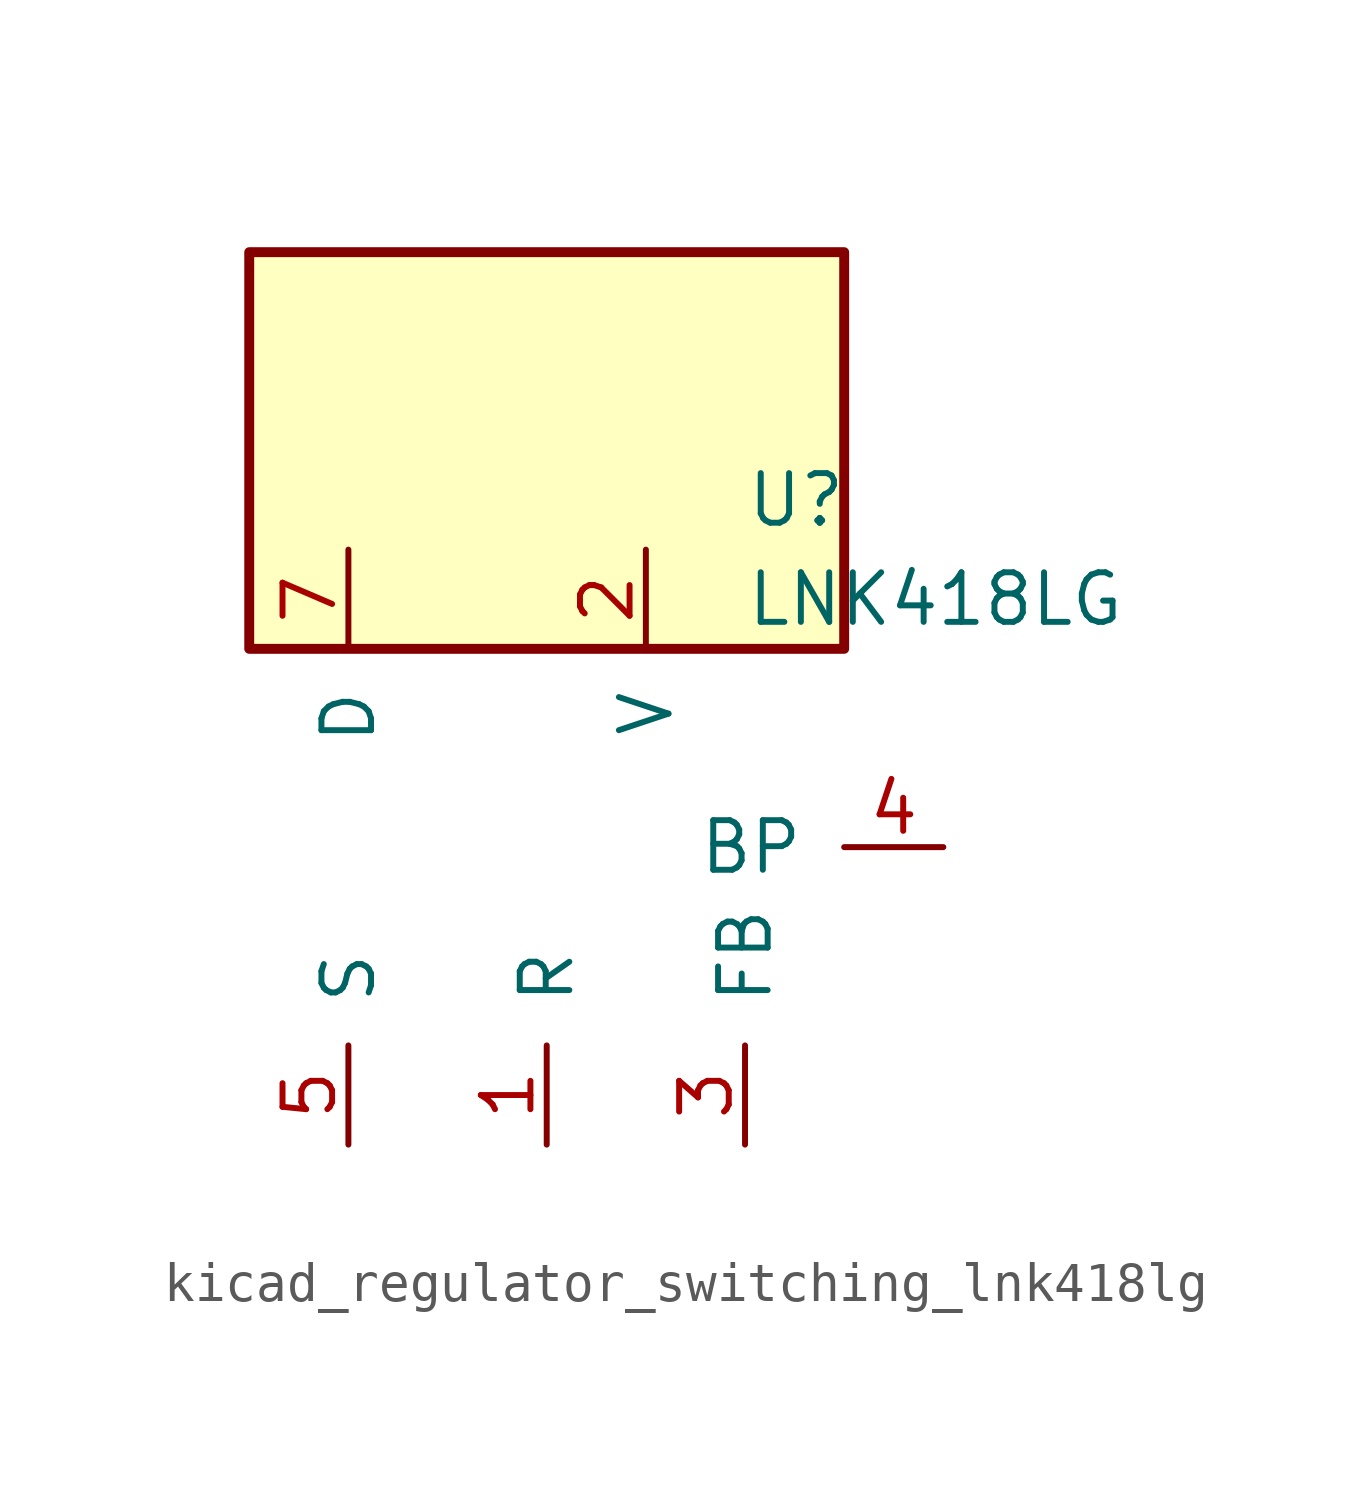
<source format=kicad_sym>
(kicad_symbol_lib
  (version 20220914)
  (generator kicad_symbol_editor)
  (symbol "kicad_regulator_switching_lnk418lg"
    (pin_names
      (offset 1.016))
    (property "Reference" "U"
      (at 5.08 8.89 0)
      (effects (font (size 1.27 1.27)) (justify left)))
    (property "Value" "LNK418LG"
      (at 5.08 6.35 0)
      (effects (font (size 1.27 1.27)) (justify left)))
    (symbol "kicad_regulator_switching_lnk418lg_0_1"
      (rectangle (start 7.62 15.24) (end -7.62 5.08) (stroke (width 0.254) (type default)) (fill (type background))))
    (symbol "kicad_regulator_switching_lnk418lg_1_1"
      (pin input line (at 0 -7.62 90) (length 2.54) (name "R" (effects (font (size 1.27 1.27)))) (number "1" (effects (font (size 1.27 1.27)))))
      (pin input line (at 2.54 7.62 270) (length 2.54) (name "V" (effects (font (size 1.27 1.27)))) (number "2" (effects (font (size 1.27 1.27)))))
      (pin input line (at 5.08 -7.62 90) (length 2.54) (name "FB" (effects (font (size 1.27 1.27)))) (number "3" (effects (font (size 1.27 1.27)))))
      (pin input line (at 10.16 0 180) (length 2.54) (name "BP" (effects (font (size 1.27 1.27)))) (number "4" (effects (font (size 1.27 1.27)))))
      (pin power_in line (at -5.08 -7.62 90) (length 2.54) (name "S" (effects (font (size 1.27 1.27)))) (number "5" (effects (font (size 1.27 1.27)))))
      (pin open_collector line (at -5.08 7.62 270) (length 2.54) (name "D" (effects (font (size 1.27 1.27)))) (number "7" (effects (font (size 1.27 1.27))))))))
</source>
